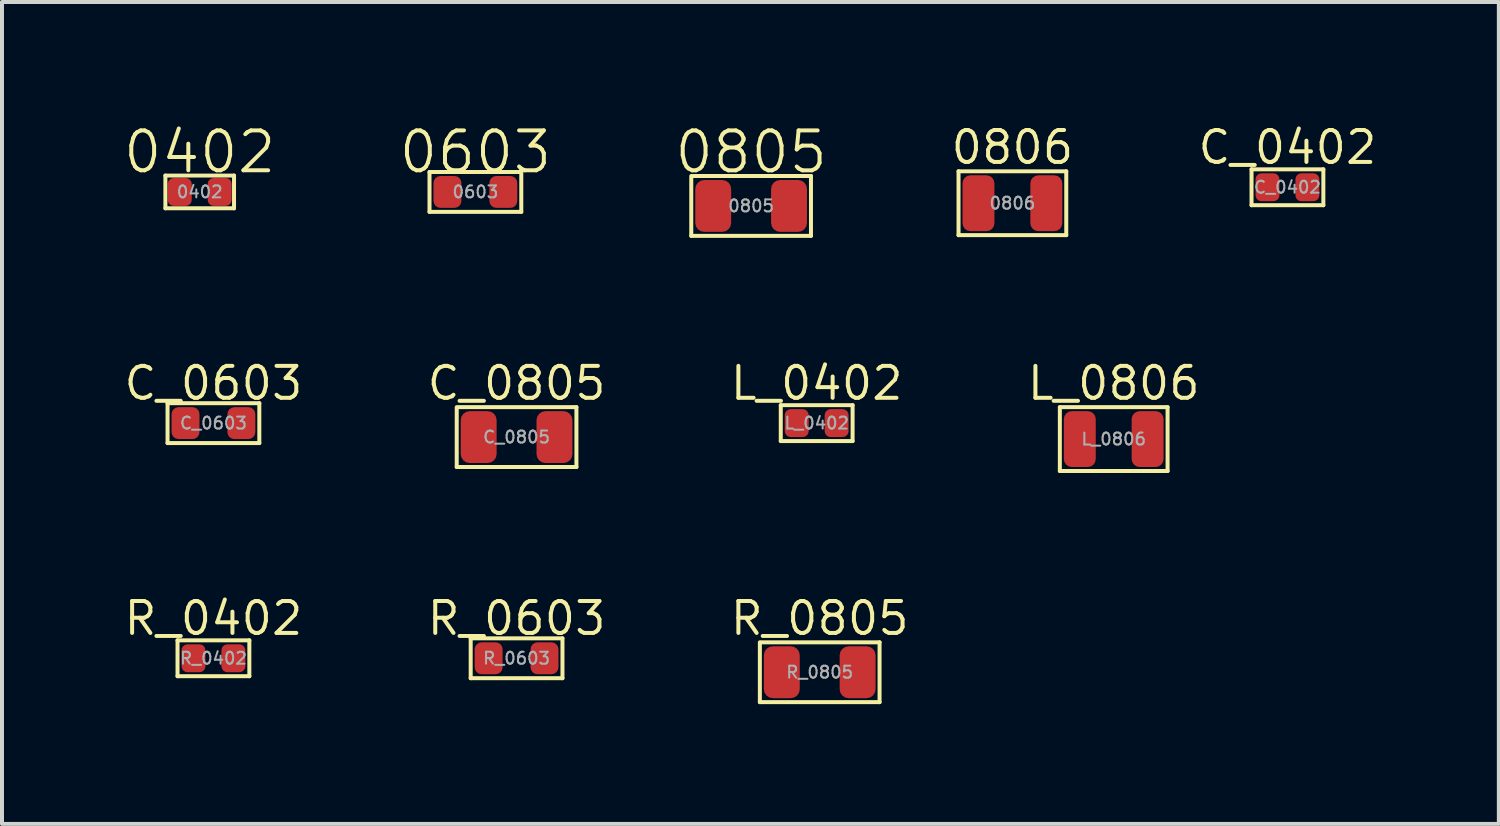
<source format=kicad_pcb>
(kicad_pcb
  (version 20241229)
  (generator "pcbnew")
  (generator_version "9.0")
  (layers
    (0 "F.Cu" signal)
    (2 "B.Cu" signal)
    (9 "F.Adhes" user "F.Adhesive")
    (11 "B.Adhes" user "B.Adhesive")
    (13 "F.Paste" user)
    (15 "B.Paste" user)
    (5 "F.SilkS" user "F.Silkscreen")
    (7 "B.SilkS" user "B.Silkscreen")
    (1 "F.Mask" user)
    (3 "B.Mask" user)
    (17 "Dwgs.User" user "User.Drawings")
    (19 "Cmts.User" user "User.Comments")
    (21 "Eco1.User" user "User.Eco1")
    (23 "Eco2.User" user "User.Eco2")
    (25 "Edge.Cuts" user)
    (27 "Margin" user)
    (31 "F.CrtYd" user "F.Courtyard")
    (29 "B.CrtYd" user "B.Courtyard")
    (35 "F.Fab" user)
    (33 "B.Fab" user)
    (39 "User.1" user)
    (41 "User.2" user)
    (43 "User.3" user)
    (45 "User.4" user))
  (footprint "C_0603"
    (layer "F.Cu")
    (at 2.299 7.554)
    (property "Reference" "C_0603" (at 0 -1 0) (unlocked yes) (layer "F.SilkS") (effects (font (size 0.8 0.8) (thickness 0.1))))
    (attr smd)
    (fp_line (start -1.15 -0.5) (end 1.15 -0.5) (stroke (width 0.1) (type default)) (layer "F.SilkS"))
    (fp_line (start -1.15 0.5) (end -1.15 -0.5) (stroke (width 0.1) (type default)) (layer "F.SilkS"))
    (fp_line (start 1.15 -0.5) (end 1.15 0.5) (stroke (width 0.1) (type default)) (layer "F.SilkS"))
    (fp_line (start 1.15 0.5) (end -1.15 0.5) (stroke (width 0.1) (type default)) (layer "F.SilkS"))
    (fp_text user "${REFERENCE}" (at 0 0 0) (unlocked yes) (layer "F.Fab") (effects (font (size 0.3 0.3) (thickness 0.05))))
    (pad "1" smd roundrect (at -0.7 0) (size 0.7 0.8) (layers "F.Cu" "F.Mask" "F.Paste") (roundrect_rratio 0.25))
    (pad "2" smd roundrect (at 0.7 0) (size 0.7 0.8) (layers "F.Cu" "F.Mask" "F.Paste") (roundrect_rratio 0.25)))
  (footprint "L_0402"
    (layer "F.Cu")
    (at 17.417 7.554)
    (property "Reference" "L_0402" (at 0 -1 0) (unlocked yes) (layer "F.SilkS") (effects (font (size 0.8 0.8) (thickness 0.1))))
    (attr smd)
    (fp_line (start -0.9 -0.45) (end 0.9 -0.45) (stroke (width 0.1) (type default)) (layer "F.SilkS"))
    (fp_line (start -0.9 0.45) (end -0.9 -0.45) (stroke (width 0.1) (type default)) (layer "F.SilkS"))
    (fp_line (start 0.9 -0.45) (end 0.9 0.45) (stroke (width 0.1) (type default)) (layer "F.SilkS"))
    (fp_line (start 0.9 0.45) (end -0.9 0.45) (stroke (width 0.1) (type default)) (layer "F.SilkS"))
    (fp_text user "${REFERENCE}" (at 0 0 0) (unlocked yes) (layer "F.Fab") (effects (font (size 0.3 0.3) (thickness 0.05))))
    (pad "1" smd roundrect (at -0.5 0) (size 0.6 0.7) (layers "F.Cu" "F.Mask" "F.Paste") (roundrect_rratio 0.25))
    (pad "2" smd roundrect (at 0.5 0) (size 0.6 0.7) (layers "F.Cu" "F.Mask" "F.Paste") (roundrect_rratio 0.25)))
  (footprint "R_0603"
    (layer "F.Cu")
    (at 9.896 13.447)
    (property "Reference" "R_0603" (at 0 -1 0) (unlocked yes) (layer "F.SilkS") (effects (font (size 0.8 0.8) (thickness 0.1))))
    (attr smd)
    (fp_line (start -1.15 -0.5) (end 1.15 -0.5) (stroke (width 0.1) (type default)) (layer "F.SilkS"))
    (fp_line (start -1.15 0.5) (end -1.15 -0.5) (stroke (width 0.1) (type default)) (layer "F.SilkS"))
    (fp_line (start 1.15 -0.5) (end 1.15 0.5) (stroke (width 0.1) (type default)) (layer "F.SilkS"))
    (fp_line (start 1.15 0.5) (end -1.15 0.5) (stroke (width 0.1) (type default)) (layer "F.SilkS"))
    (fp_text user "${REFERENCE}" (at 0 0 0) (unlocked yes) (layer "F.Fab") (effects (font (size 0.3 0.3) (thickness 0.05))))
    (pad "1" smd roundrect (at -0.7 0) (size 0.7 0.8) (layers "F.Cu" "F.Mask" "F.Paste") (roundrect_rratio 0.25))
    (pad "2" smd roundrect (at 0.7 0) (size 0.7 0.8) (layers "F.Cu" "F.Mask" "F.Paste") (roundrect_rratio 0.25)))
  (footprint "L_0806"
    (layer "F.Cu")
    (at 24.861 7.954)
    (property "Reference" "L_0806" (at 0 -1.4 0) (unlocked yes) (layer "F.SilkS") (effects (font (size 0.8 0.8) (thickness 0.1))))
    (attr smd)
    (fp_line (start -1.35 -0.8) (end -1.35 0.8) (stroke (width 0.1) (type default)) (layer "F.SilkS"))
    (fp_line (start -1.35 -0.8) (end 1.35 -0.8) (stroke (width 0.1) (type default)) (layer "F.SilkS"))
    (fp_line (start -1.35 0.8) (end 1.35 0.8) (stroke (width 0.1) (type default)) (layer "F.SilkS"))
    (fp_line (start 1.35 -0.8) (end 1.35 0.8) (stroke (width 0.1) (type default)) (layer "F.SilkS"))
    (fp_text user "${REFERENCE}" (at 0 0 0) (unlocked yes) (layer "F.Fab") (effects (font (size 0.3 0.3) (thickness 0.05))))
    (pad "1" smd roundrect (at 0.85 0) (size 0.8 1.4) (layers "F.Cu" "F.Mask" "F.Paste") (roundrect_rratio 0.25))
    (pad "2" smd roundrect (at -0.85 0) (size 0.8 1.4) (layers "F.Cu" "F.Mask" "F.Paste") (roundrect_rratio 0.25)))
  (footprint "R_0805"
    (layer "F.Cu")
    (at 17.493 13.797)
    (property "Reference" "R_0805" (at 0 -1.35 0) (unlocked yes) (layer "F.SilkS") (effects (font (size 0.8 0.8) (thickness 0.1))))
    (attr smd)
    (fp_line (start -1.5 0.75) (end -1.5 -0.75) (stroke (width 0.1) (type default)) (layer "F.SilkS"))
    (fp_line (start -1.46 -0.75) (end 1.5 -0.75) (stroke (width 0.1) (type default)) (layer "F.SilkS"))
    (fp_line (start 1.5 -0.75) (end 1.5 0.75) (stroke (width 0.1) (type default)) (layer "F.SilkS"))
    (fp_line (start 1.5 0.75) (end -1.5 0.75) (stroke (width 0.1) (type default)) (layer "F.SilkS"))
    (fp_text user "${REFERENCE}" (at 0 0 0) (unlocked yes) (layer "F.Fab") (effects (font (size 0.3 0.3) (thickness 0.05))))
    (pad "1" smd roundrect (at -0.95 0) (size 0.9 1.3) (layers "F.Cu" "F.Mask" "F.Paste") (roundrect_rratio 0.25))
    (pad "2" smd roundrect (at 0.95 0) (size 0.9 1.3) (layers "F.Cu" "F.Mask" "F.Paste") (roundrect_rratio 0.25)))
  (footprint "0805"
    (layer "F.Cu")
    (at 15.774 2.111)
    (property "Reference" "0805" (at 0 -1.35 0) (unlocked yes) (layer "F.SilkS") (effects (font (size 1 1) (thickness 0.1))))
    (attr smd)
    (fp_line (start -1.5 0.75) (end -1.5 -0.75) (stroke (width 0.1) (type default)) (layer "F.SilkS"))
    (fp_line (start -1.46 -0.75) (end 1.5 -0.75) (stroke (width 0.1) (type default)) (layer "F.SilkS"))
    (fp_line (start 1.5 -0.75) (end 1.5 0.75) (stroke (width 0.1) (type default)) (layer "F.SilkS"))
    (fp_line (start 1.5 0.75) (end -1.5 0.75) (stroke (width 0.1) (type default)) (layer "F.SilkS"))
    (fp_text user "${REFERENCE}" (at 0 0 0) (unlocked yes) (layer "F.Fab") (effects (font (size 0.3 0.3) (thickness 0.05))))
    (pad "1" smd roundrect (at -0.95 0) (size 0.9 1.3) (layers "F.Cu" "F.Mask" "F.Paste") (roundrect_rratio 0.25))
    (pad "2" smd roundrect (at 0.95 0) (size 0.9 1.3) (layers "F.Cu" "F.Mask" "F.Paste") (roundrect_rratio 0.25)))
  (footprint "0603"
    (layer "F.Cu")
    (at 8.864 1.76)
    (property "Reference" "0603" (at 0 -1 0) (unlocked yes) (layer "F.SilkS") (effects (font (size 1 1) (thickness 0.1))))
    (attr smd)
    (fp_line (start -1.15 -0.5) (end 1.15 -0.5) (stroke (width 0.1) (type default)) (layer "F.SilkS"))
    (fp_line (start -1.15 0.5) (end -1.15 -0.5) (stroke (width 0.1) (type default)) (layer "F.SilkS"))
    (fp_line (start 1.15 -0.5) (end 1.15 0.5) (stroke (width 0.1) (type default)) (layer "F.SilkS"))
    (fp_line (start 1.15 0.5) (end -1.15 0.5) (stroke (width 0.1) (type default)) (layer "F.SilkS"))
    (fp_text user "${REFERENCE}" (at 0 0 0) (unlocked yes) (layer "F.Fab") (effects (font (size 0.3 0.3) (thickness 0.05))))
    (pad "1" smd roundrect (at -0.7 0) (size 0.7 0.8) (layers "F.Cu" "F.Mask" "F.Paste") (roundrect_rratio 0.25))
    (pad "2" smd roundrect (at 0.7 0) (size 0.7 0.8) (layers "F.Cu" "F.Mask" "F.Paste") (roundrect_rratio 0.25)))
  (footprint "0806"
    (layer "F.Cu")
    (at 22.322 2.043)
    (property "Reference" "0806" (at 0 -1.4 0) (unlocked yes) (layer "F.SilkS") (effects (font (size 0.8 0.8) (thickness 0.1))))
    (attr smd)
    (fp_line (start -1.35 -0.8) (end -1.35 0.8) (stroke (width 0.1) (type default)) (layer "F.SilkS"))
    (fp_line (start -1.35 -0.8) (end 1.35 -0.8) (stroke (width 0.1) (type default)) (layer "F.SilkS"))
    (fp_line (start -1.35 0.8) (end 1.35 0.8) (stroke (width 0.1) (type default)) (layer "F.SilkS"))
    (fp_line (start 1.35 -0.8) (end 1.35 0.8) (stroke (width 0.1) (type default)) (layer "F.SilkS"))
    (fp_text user "${REFERENCE}" (at 0 0 0) (unlocked yes) (layer "F.Fab") (effects (font (size 0.3 0.3) (thickness 0.05))))
    (pad "1" smd roundrect (at 0.85 0) (size 0.8 1.4) (layers "F.Cu" "F.Mask" "F.Paste") (roundrect_rratio 0.25))
    (pad "2" smd roundrect (at -0.85 0) (size 0.8 1.4) (layers "F.Cu" "F.Mask" "F.Paste") (roundrect_rratio 0.25)))
  (footprint "R_0402"
    (layer "F.Cu")
    (at 2.299 13.447)
    (property "Reference" "R_0402" (at 0 -1 0) (unlocked yes) (layer "F.SilkS") (effects (font (size 0.8 0.8) (thickness 0.1))))
    (attr smd)
    (fp_line (start -0.9 -0.45) (end 0.9 -0.45) (stroke (width 0.1) (type default)) (layer "F.SilkS"))
    (fp_line (start -0.9 0.45) (end -0.9 -0.45) (stroke (width 0.1) (type default)) (layer "F.SilkS"))
    (fp_line (start 0.9 -0.45) (end 0.9 0.45) (stroke (width 0.1) (type default)) (layer "F.SilkS"))
    (fp_line (start 0.9 0.45) (end -0.9 0.45) (stroke (width 0.1) (type default)) (layer "F.SilkS"))
    (fp_text user "${REFERENCE}" (at 0 0 0) (unlocked yes) (layer "F.Fab") (effects (font (size 0.3 0.3) (thickness 0.05))))
    (pad "1" smd roundrect (at -0.5 0) (size 0.6 0.7) (layers "F.Cu" "F.Mask" "F.Paste") (roundrect_rratio 0.25))
    (pad "2" smd roundrect (at 0.5 0) (size 0.6 0.7) (layers "F.Cu" "F.Mask" "F.Paste") (roundrect_rratio 0.25)))
  (footprint "C_0402"
    (layer "F.Cu")
    (at 29.215 1.643)
    (property "Reference" "C_0402" (at 0 -1 0) (unlocked yes) (layer "F.SilkS") (effects (font (size 0.8 0.8) (thickness 0.1))))
    (attr smd)
    (fp_line (start -0.9 -0.45) (end 0.9 -0.45) (stroke (width 0.1) (type default)) (layer "F.SilkS"))
    (fp_line (start -0.9 0.45) (end -0.9 -0.45) (stroke (width 0.1) (type default)) (layer "F.SilkS"))
    (fp_line (start 0.9 -0.45) (end 0.9 0.45) (stroke (width 0.1) (type default)) (layer "F.SilkS"))
    (fp_line (start 0.9 0.45) (end -0.9 0.45) (stroke (width 0.1) (type default)) (layer "F.SilkS"))
    (fp_text user "${REFERENCE}" (at 0 0 0) (unlocked yes) (layer "F.Fab") (effects (font (size 0.3 0.3) (thickness 0.05))))
    (pad "1" smd roundrect (at -0.5 0) (size 0.6 0.7) (layers "F.Cu" "F.Mask" "F.Paste") (roundrect_rratio 0.25))
    (pad "2" smd roundrect (at 0.5 0) (size 0.6 0.7) (layers "F.Cu" "F.Mask" "F.Paste") (roundrect_rratio 0.25)))
  (footprint "C_0805"
    (layer "F.Cu")
    (at 9.896 7.904)
    (property "Reference" "C_0805" (at 0 -1.35 0) (unlocked yes) (layer "F.SilkS") (effects (font (size 0.8 0.8) (thickness 0.1))))
    (attr smd)
    (fp_line (start -1.5 0.75) (end -1.5 -0.75) (stroke (width 0.1) (type default)) (layer "F.SilkS"))
    (fp_line (start -1.46 -0.75) (end 1.5 -0.75) (stroke (width 0.1) (type default)) (layer "F.SilkS"))
    (fp_line (start 1.5 -0.75) (end 1.5 0.75) (stroke (width 0.1) (type default)) (layer "F.SilkS"))
    (fp_line (start 1.5 0.75) (end -1.5 0.75) (stroke (width 0.1) (type default)) (layer "F.SilkS"))
    (fp_text user "${REFERENCE}" (at 0 0 0) (unlocked yes) (layer "F.Fab") (effects (font (size 0.3 0.3) (thickness 0.05))))
    (pad "1" smd roundrect (at -0.95 0) (size 0.9 1.3) (layers "F.Cu" "F.Mask" "F.Paste") (roundrect_rratio 0.25))
    (pad "2" smd roundrect (at 0.95 0) (size 0.9 1.3) (layers "F.Cu" "F.Mask" "F.Paste") (roundrect_rratio 0.25)))
  (footprint "0402"
    (layer "F.Cu")
    (at 1.955 1.76)
    (property "Reference" "0402" (at 0 -1 0) (unlocked yes) (layer "F.SilkS") (effects (font (size 1 1) (thickness 0.1))))
    (attr smd)
    (fp_line (start -0.86 -0.41) (end 0.86 -0.41) (stroke (width 0.1) (type default)) (layer "F.SilkS"))
    (fp_line (start -0.86 0.41) (end -0.86 -0.41) (stroke (width 0.1) (type default)) (layer "F.SilkS"))
    (fp_line (start 0.86 -0.41) (end 0.86 0.41) (stroke (width 0.1) (type default)) (layer "F.SilkS"))
    (fp_line (start 0.86 0.41) (end -0.86 0.41) (stroke (width 0.1) (type default)) (layer "F.SilkS"))
    (fp_text user "${REFERENCE}" (at 0 0 0) (unlocked yes) (layer "F.Fab") (effects (font (size 0.3 0.3) (thickness 0.05))))
    (pad "1" smd roundrect (at -0.5 0) (size 0.6 0.7) (layers "F.Cu" "F.Mask" "F.Paste") (roundrect_rratio 0.25))
    (pad "2" smd roundrect (at 0.5 0) (size 0.6 0.7) (layers "F.Cu" "F.Mask" "F.Paste") (roundrect_rratio 0.25)))
  (gr_rect
    (start -3 -3)
    (end 34.513 17.598)
    (stroke (width 0.1) (type default))
    (fill no)
    (layer "Edge.Cuts")))
</source>
